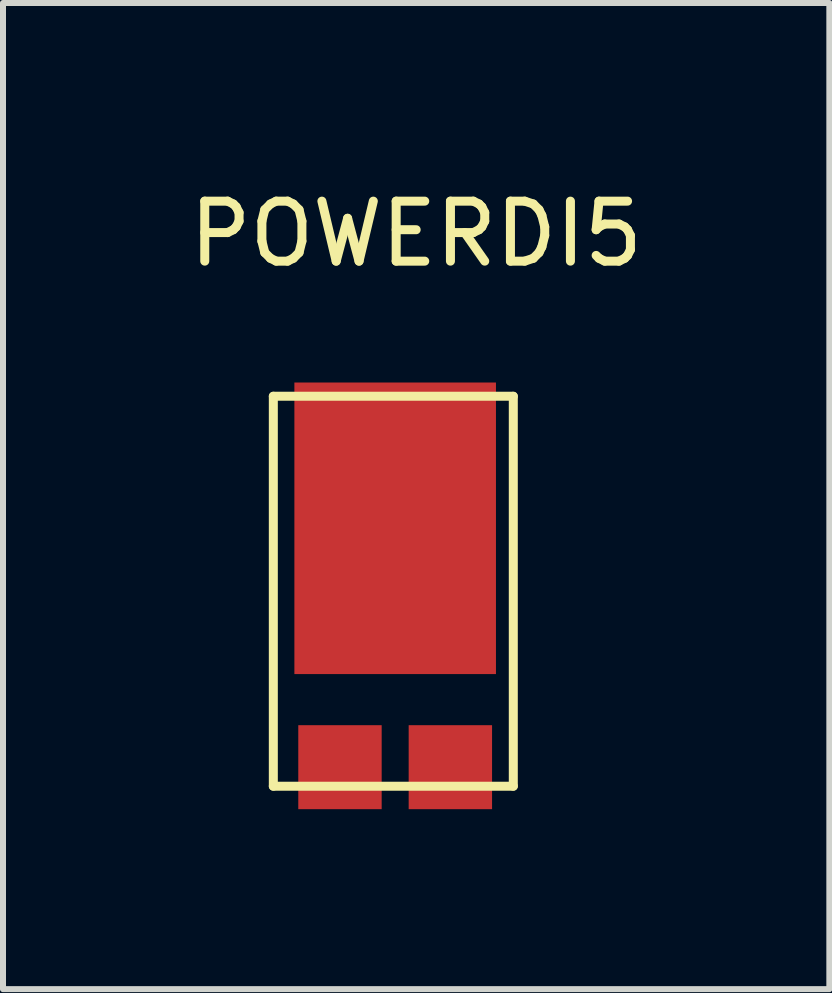
<source format=kicad_pcb>
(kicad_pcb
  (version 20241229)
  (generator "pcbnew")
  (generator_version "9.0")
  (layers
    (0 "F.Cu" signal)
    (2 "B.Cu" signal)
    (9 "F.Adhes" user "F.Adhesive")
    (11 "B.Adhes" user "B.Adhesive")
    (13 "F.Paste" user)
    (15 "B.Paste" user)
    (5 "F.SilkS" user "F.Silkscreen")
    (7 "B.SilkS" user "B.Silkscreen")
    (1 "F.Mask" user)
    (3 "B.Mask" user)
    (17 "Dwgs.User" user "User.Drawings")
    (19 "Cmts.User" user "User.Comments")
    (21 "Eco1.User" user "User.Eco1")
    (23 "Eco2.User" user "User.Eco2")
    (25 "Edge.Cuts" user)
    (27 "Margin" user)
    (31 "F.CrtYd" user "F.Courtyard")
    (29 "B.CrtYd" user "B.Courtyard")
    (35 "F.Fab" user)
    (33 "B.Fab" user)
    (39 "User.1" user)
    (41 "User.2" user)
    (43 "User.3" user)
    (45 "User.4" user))
  (footprint "POWERDI5"
    (layer "F.Cu")
    (at 3.506 6.055)
    (property "Reference" "POWERDI5" (at 0.381 -5.207 0) (layer "F.SilkS") (effects (font (size 1 1) (thickness 0.15))))
    (attr through_hole)
    (fp_line (start -2 -2.5) (end -2 4) (stroke (width 0.15) (type solid)) (layer "F.SilkS"))
    (fp_line (start -2 4) (end 2 4) (stroke (width 0.15) (type solid)) (layer "F.SilkS"))
    (fp_line (start 2 -2.5) (end -2 -2.5) (stroke (width 0.15) (type solid)) (layer "F.SilkS"))
    (fp_line (start 2 4) (end 2 -2.5) (stroke (width 0.15) (type solid)) (layer "F.SilkS"))
    (pad "1" smd rect (at -0.889 3.683) (size 1.39 1.4) (layers "F.Cu" "F.Mask" "F.Paste"))
    (pad "1" smd rect (at 0.951 3.683) (size 1.39 1.4) (layers "F.Cu" "F.Mask" "F.Paste"))
    (pad "2" smd rect (at 0.031 -0.299) (size 3.36 4.86) (layers "F.Cu" "F.Mask" "F.Paste")))
  (gr_rect
    (start -3 -3)
    (end 10.774 13.438)
    (stroke (width 0.1) (type default))
    (fill no)
    (layer "Edge.Cuts")))
</source>
